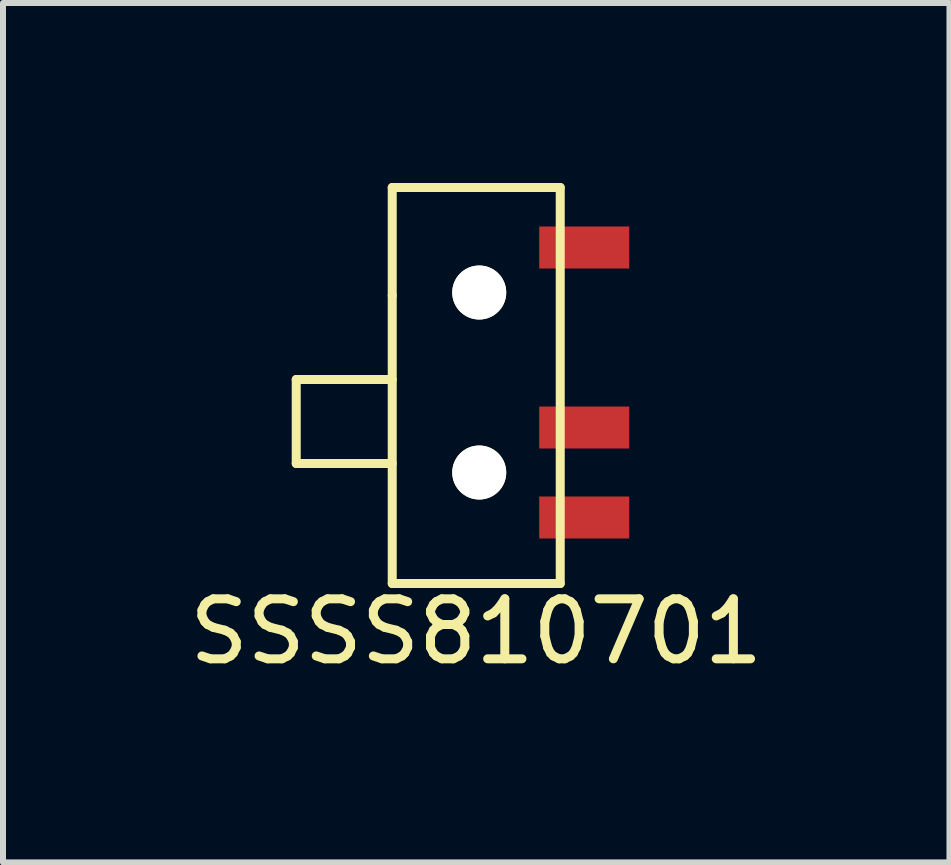
<source format=kicad_pcb>
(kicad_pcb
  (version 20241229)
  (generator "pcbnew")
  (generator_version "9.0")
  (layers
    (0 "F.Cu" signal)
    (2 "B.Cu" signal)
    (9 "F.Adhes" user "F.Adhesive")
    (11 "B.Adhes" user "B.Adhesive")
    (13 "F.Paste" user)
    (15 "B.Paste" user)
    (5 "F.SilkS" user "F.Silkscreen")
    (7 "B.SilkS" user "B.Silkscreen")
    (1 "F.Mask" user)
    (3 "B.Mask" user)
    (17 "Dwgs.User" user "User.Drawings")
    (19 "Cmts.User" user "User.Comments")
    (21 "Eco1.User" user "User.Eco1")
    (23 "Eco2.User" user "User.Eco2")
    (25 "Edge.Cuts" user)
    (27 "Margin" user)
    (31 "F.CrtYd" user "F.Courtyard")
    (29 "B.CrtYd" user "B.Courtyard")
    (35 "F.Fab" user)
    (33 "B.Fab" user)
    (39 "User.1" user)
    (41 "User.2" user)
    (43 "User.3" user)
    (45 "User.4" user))
  (footprint "SSSS810701"
    (layer "F.Cu")
    (at 6.687 1.075)
    (property "Reference" "SSSS810701" (at -1.8 6.4 0) (layer "F.SilkS") (effects (font (size 1 1) (thickness 0.15))))
    (attr through_hole)
    (fp_line (start -4.8 2.2) (end -4.8 3.6) (stroke (width 0.15) (type solid)) (layer "F.SilkS"))
    (fp_line (start -4.8 3.6) (end -3.2 3.6) (stroke (width 0.15) (type solid)) (layer "F.SilkS"))
    (fp_line (start -3.2 -1) (end -0.4 -1) (stroke (width 0.15) (type solid)) (layer "F.SilkS"))
    (fp_line (start -3.2 0.8) (end -3.2 -1) (stroke (width 0.15) (type solid)) (layer "F.SilkS"))
    (fp_line (start -3.2 2.2) (end -4.8 2.2) (stroke (width 0.15) (type solid)) (layer "F.SilkS"))
    (fp_line (start -3.2 5.6) (end -3.2 0.8) (stroke (width 0.15) (type solid)) (layer "F.SilkS"))
    (fp_line (start -0.4 -1) (end -0.4 5.6) (stroke (width 0.15) (type solid)) (layer "F.SilkS"))
    (fp_line (start -0.4 5.6) (end -3.2 5.6) (stroke (width 0.15) (type solid)) (layer "F.SilkS"))
    (pad "" np_thru_hole circle (at -1.75 0.75) (size 0.9 0.9) (drill 0.9) (layers "*.Cu" "*.Mask" "F.SilkS"))
    (pad "" np_thru_hole circle (at -1.75 3.75) (size 0.9 0.9) (drill 0.9) (layers "*.Cu" "*.Mask" "F.SilkS"))
    (pad "1" smd rect (at 0 0) (size 1.5 0.7) (layers "F.Cu" "F.Mask" "F.Paste"))
    (pad "2" smd rect (at 0 3) (size 1.5 0.7) (layers "F.Cu" "F.Mask" "F.Paste"))
    (pad "3" smd rect (at 0 4.5) (size 1.5 0.7) (layers "F.Cu" "F.Mask" "F.Paste")))
  (gr_rect
    (start -3 -3)
    (end 12.774 11.323)
    (stroke (width 0.1) (type default))
    (fill no)
    (layer "Edge.Cuts")))
</source>
